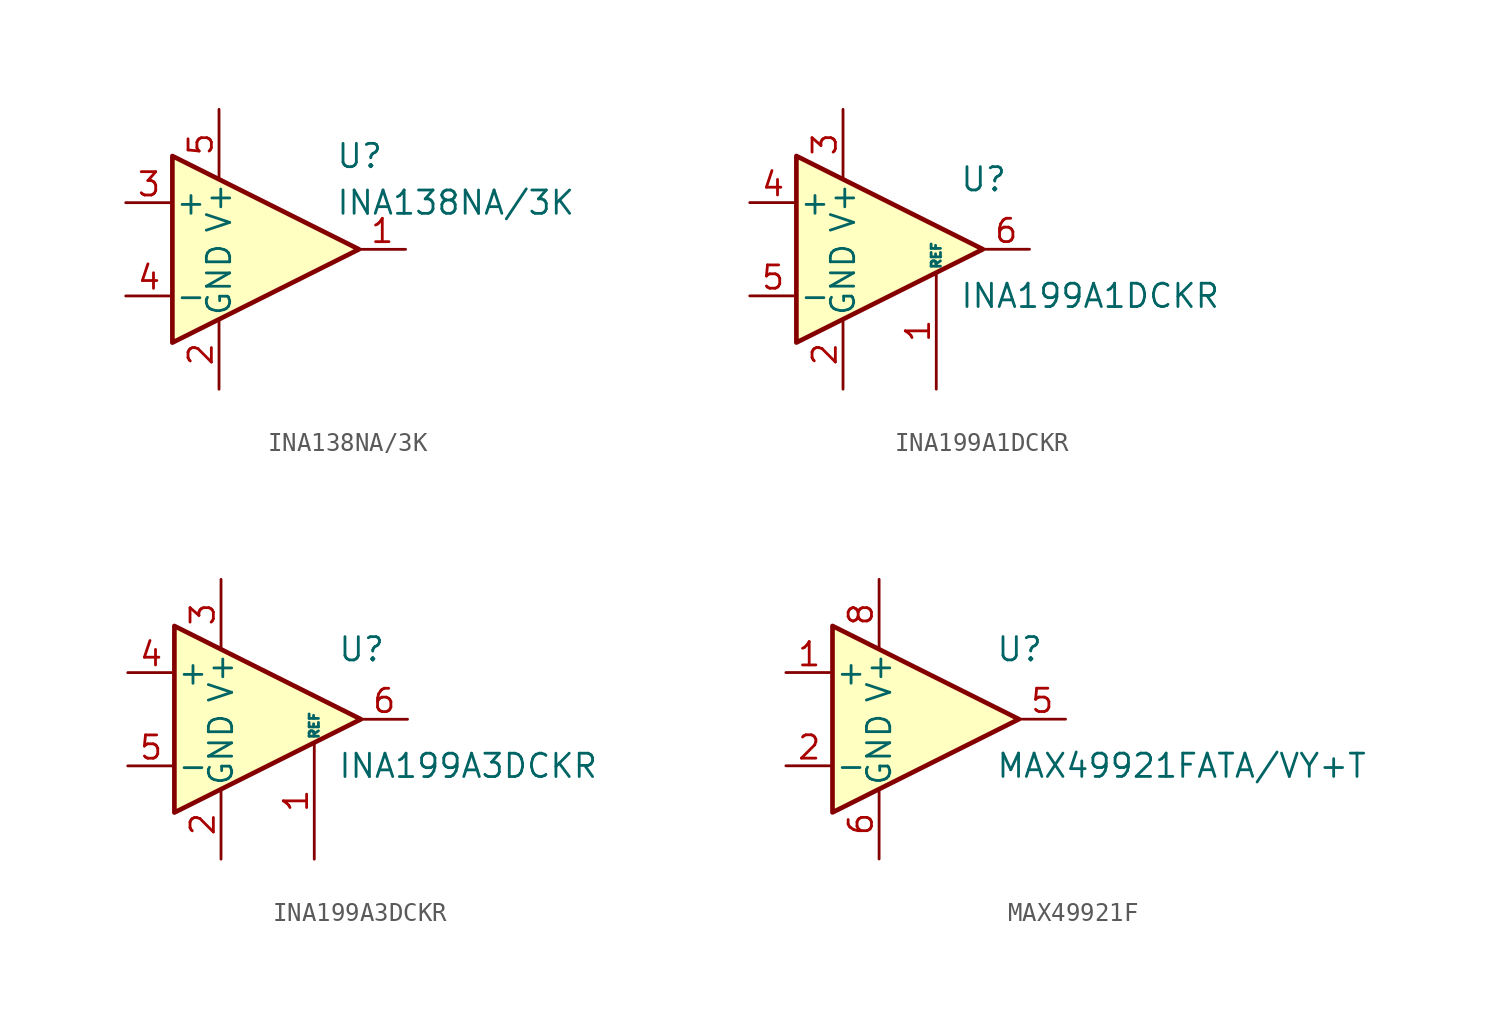
<source format=kicad_sym>
(kicad_symbol_lib
  (version 20241209)
  (generator "kicad_symbol_editor")
  (generator_version "9.0")
  (symbol "INA138NA/3K"
    (pin_names
      (offset 0.127))
    (property "Reference" "U"
      (at 3.81 5.08 0)
      (effects (font (size 1.27 1.27)) (justify left)))
    (property "Value" "INA138NA/3K"
      (at 3.81 2.54 0)
      (effects (font (size 1.27 1.27)) (justify left)))
    (symbol "INA138NA/3K_0_1"
      (polyline (pts (xy -5.08 5.08) (xy 5.08 0) (xy -5.08 -5.08) (xy -5.08 5.08)) (stroke (width 0.254) (type default)) (fill (type background))))
    (symbol "INA138NA/3K_1_1"
      (pin input line (at -7.62 2.54 0) (length 2.54) (name "+" (effects (font (size 1.27 1.27)))) (number "3" (effects (font (size 1.27 1.27)))))
      (pin input line (at -7.62 -2.54 0) (length 2.54) (name "-" (effects (font (size 1.27 1.27)))) (number "4" (effects (font (size 1.27 1.27)))))
      (pin power_in line (at -2.54 7.62 270) (length 3.81) (name "V+" (effects (font (size 1.27 1.27)))) (number "5" (effects (font (size 1.27 1.27)))))
      (pin power_in line (at -2.54 -7.62 90) (length 3.81) (name "GND" (effects (font (size 1.27 1.27)))) (number "2" (effects (font (size 1.27 1.27)))))
      (pin output line (at 7.62 0 180) (length 2.54) (name "~" (effects (font (size 1.27 1.27)))) (number "1" (effects (font (size 1.27 1.27)))))))
  (symbol "INA199A1DCKR"
    (pin_names
      (offset 0.127))
    (property "Reference" "U"
      (at 3.81 3.81 0)
      (effects (font (size 1.27 1.27)) (justify left)))
    (property "Value" "INA199A1DCKR"
      (at 3.81 -2.54 0)
      (effects (font (size 1.27 1.27)) (justify left)))
    (symbol "INA199A1DCKR_0_1"
      (polyline (pts (xy 5.08 0) (xy -5.08 5.08) (xy -5.08 -5.08) (xy 5.08 0)) (stroke (width 0.254) (type default)) (fill (type background))))
    (symbol "INA199A1DCKR_1_1"
      (pin input line (at -7.62 2.54 0) (length 2.54) (name "+" (effects (font (size 1.27 1.27)))) (number "4" (effects (font (size 1.27 1.27)))))
      (pin input line (at -7.62 -2.54 0) (length 2.54) (name "-" (effects (font (size 1.27 1.27)))) (number "5" (effects (font (size 1.27 1.27)))))
      (pin power_in line (at -2.54 7.62 270) (length 3.81) (name "V+" (effects (font (size 1.27 1.27)))) (number "3" (effects (font (size 1.27 1.27)))))
      (pin power_in line (at -2.54 -7.62 90) (length 3.81) (name "GND" (effects (font (size 1.27 1.27)))) (number "2" (effects (font (size 1.27 1.27)))))
      (pin input line (at 2.54 -7.62 90) (length 6.35) (name "REF" (effects (font (size 0.508 0.508)))) (number "1" (effects (font (size 1.27 1.27)))))
      (pin output line (at 7.62 0 180) (length 2.54) (name "~" (effects (font (size 1.27 1.27)))) (number "6" (effects (font (size 1.27 1.27)))))))
  (symbol "INA199A3DCKR"
    (pin_names
      (offset 0.127))
    (property "Reference" "U"
      (at 3.81 3.81 0)
      (effects (font (size 1.27 1.27)) (justify left)))
    (property "Value" "INA199A3DCKR"
      (at 3.81 -2.54 0)
      (effects (font (size 1.27 1.27)) (justify left)))
    (symbol "INA199A3DCKR_0_1"
      (polyline (pts (xy 5.08 0) (xy -5.08 5.08) (xy -5.08 -5.08) (xy 5.08 0)) (stroke (width 0.254) (type default)) (fill (type background))))
    (symbol "INA199A3DCKR_1_1"
      (pin input line (at -7.62 2.54 0) (length 2.54) (name "+" (effects (font (size 1.27 1.27)))) (number "4" (effects (font (size 1.27 1.27)))))
      (pin input line (at -7.62 -2.54 0) (length 2.54) (name "-" (effects (font (size 1.27 1.27)))) (number "5" (effects (font (size 1.27 1.27)))))
      (pin power_in line (at -2.54 7.62 270) (length 3.81) (name "V+" (effects (font (size 1.27 1.27)))) (number "3" (effects (font (size 1.27 1.27)))))
      (pin power_in line (at -2.54 -7.62 90) (length 3.81) (name "GND" (effects (font (size 1.27 1.27)))) (number "2" (effects (font (size 1.27 1.27)))))
      (pin input line (at 2.54 -7.62 90) (length 6.35) (name "REF" (effects (font (size 0.508 0.508)))) (number "1" (effects (font (size 1.27 1.27)))))
      (pin output line (at 7.62 0 180) (length 2.54) (name "~" (effects (font (size 1.27 1.27)))) (number "6" (effects (font (size 1.27 1.27)))))))
  (symbol "MAX49921F"
    (pin_names
      (offset 0.127))
    (property "Reference" "U"
      (at 3.81 3.81 0)
      (effects (font (size 1.27 1.27)) (justify left)))
    (property "Value" "MAX49921FATA/VY+T"
      (at 3.81 -2.54 0)
      (effects (font (size 1.27 1.27)) (justify left)))
    (symbol "MAX49921F_0_1"
      (polyline (pts (xy 5.08 0) (xy -5.08 5.08) (xy -5.08 -5.08) (xy 5.08 0)) (stroke (width 0.254) (type default)) (fill (type background))))
    (symbol "MAX49921F_1_1"
      (pin input line (at -7.62 2.54 0) (length 2.54) (name "+" (effects (font (size 1.27 1.27)))) (number "1" (effects (font (size 1.27 1.27)))))
      (pin input line (at -7.62 -2.54 0) (length 2.54) (name "-" (effects (font (size 1.27 1.27)))) (number "2" (effects (font (size 1.27 1.27)))))
      (pin power_in line (at -2.54 7.62 270) (length 3.81) (name "V+" (effects (font (size 1.27 1.27)))) (number "8" (effects (font (size 1.27 1.27)))))
      (pin power_in line (at -2.54 -7.62 90) (length 3.81) (name "GND" (effects (font (size 1.27 1.27)))) (number "6" (effects (font (size 1.27 1.27)))))
      (pin power_in line (at -2.54 -7.62 90) (length 3.81) (hide yes) (name "GND" (effects (font (size 1.27 1.27)))) (number "7" (effects (font (size 1.27 1.27)))))
      (pin output line (at 7.62 0 180) (length 2.54) (name "~" (effects (font (size 1.27 1.27)))) (number "5" (effects (font (size 1.27 1.27))))))))
</source>
